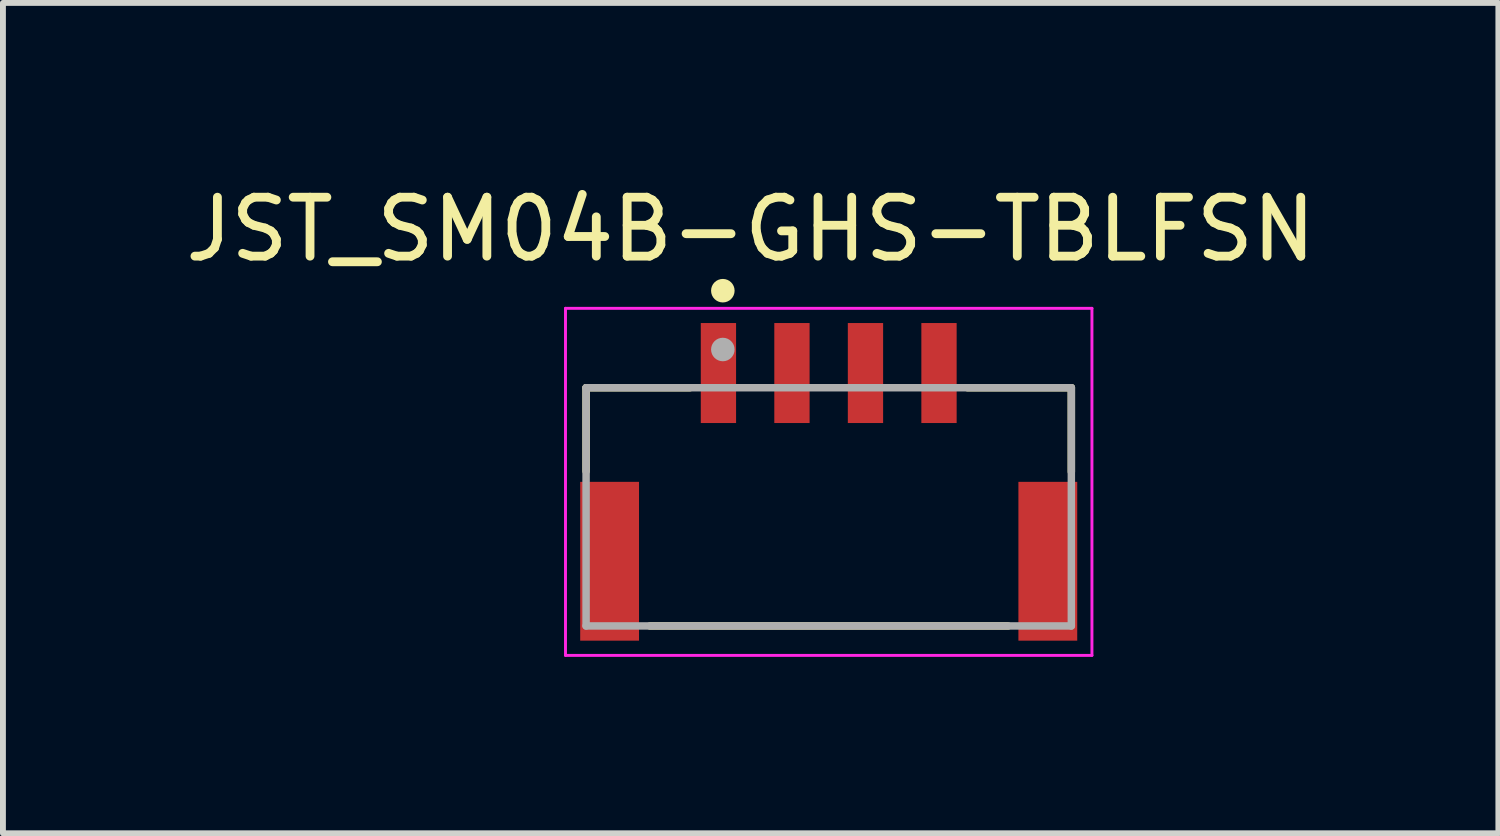
<source format=kicad_pcb>
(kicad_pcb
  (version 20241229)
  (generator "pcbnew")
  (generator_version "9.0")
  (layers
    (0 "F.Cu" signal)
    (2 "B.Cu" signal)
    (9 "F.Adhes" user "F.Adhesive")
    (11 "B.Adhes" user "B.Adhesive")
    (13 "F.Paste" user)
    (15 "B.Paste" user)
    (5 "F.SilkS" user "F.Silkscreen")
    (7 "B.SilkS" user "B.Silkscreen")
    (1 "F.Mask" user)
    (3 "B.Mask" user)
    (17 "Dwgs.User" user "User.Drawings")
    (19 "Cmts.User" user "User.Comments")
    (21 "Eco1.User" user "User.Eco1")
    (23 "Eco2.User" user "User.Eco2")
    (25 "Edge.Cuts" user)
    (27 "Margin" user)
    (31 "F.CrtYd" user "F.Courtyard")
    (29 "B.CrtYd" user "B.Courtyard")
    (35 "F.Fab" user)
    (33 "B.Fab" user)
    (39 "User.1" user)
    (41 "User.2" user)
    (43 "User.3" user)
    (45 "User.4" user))
  (footprint "JST_SM04B-GHS-TBLFSN"
    (layer "F.Cu")
    (at 11.039 5.567)
    (property "Reference" "JST_SM04B-GHS-TBLFSN" (at -1.327 -4.718 0) (layer "F.SilkS") (effects (font (size 1.002 1.002) (thickness 0.15))))
    (attr through_hole)
    (fp_line (start -4.125 -2.025) (end -2.36 -2.025) (stroke (width 0.127) (type solid)) (layer "F.SilkS"))
    (fp_line (start -4.125 -0.605) (end -4.125 -2.025) (stroke (width 0.127) (type solid)) (layer "F.SilkS"))
    (fp_line (start -3.04 2.025) (end 3.05 2.025) (stroke (width 0.127) (type solid)) (layer "F.SilkS"))
    (fp_line (start 4.125 -2.025) (end 2.36 -2.025) (stroke (width 0.127) (type solid)) (layer "F.SilkS"))
    (fp_line (start 4.125 -0.595) (end 4.125 -2.025) (stroke (width 0.127) (type solid)) (layer "F.SilkS"))
    (fp_circle (center -1.8 -3.675) (end -1.7 -3.675) (stroke (width 0.2) (type solid)) (fill no) (layer "F.SilkS"))
    (fp_line (start -4.475 -3.375) (end 4.475 -3.375) (stroke (width 0.05) (type solid)) (layer "F.CrtYd"))
    (fp_line (start -4.475 2.525) (end -4.475 -3.375) (stroke (width 0.05) (type solid)) (layer "F.CrtYd"))
    (fp_line (start 4.475 -3.375) (end 4.475 2.525) (stroke (width 0.05) (type solid)) (layer "F.CrtYd"))
    (fp_line (start 4.475 2.525) (end -4.475 2.525) (stroke (width 0.05) (type solid)) (layer "F.CrtYd"))
    (fp_line (start -4.125 -2.025) (end 4.125 -2.025) (stroke (width 0.127) (type solid)) (layer "F.Fab"))
    (fp_line (start -4.125 2.025) (end -4.125 -2.025) (stroke (width 0.127) (type solid)) (layer "F.Fab"))
    (fp_line (start 4.125 -2.025) (end 4.125 2.025) (stroke (width 0.127) (type solid)) (layer "F.Fab"))
    (fp_line (start 4.125 2.025) (end -4.125 2.025) (stroke (width 0.127) (type solid)) (layer "F.Fab"))
    (fp_circle (center -1.8 -2.675) (end -1.7 -2.675) (stroke (width 0.2) (type solid)) (fill no) (layer "F.Fab"))
    (pad "1" smd rect (at -1.875 -2.275 90) (size 1.7 0.6) (layers "F.Cu" "F.Mask" "F.Paste"))
    (pad "2" smd rect (at -0.625 -2.275 90) (size 1.7 0.6) (layers "F.Cu" "F.Mask" "F.Paste"))
    (pad "3" smd rect (at 0.625 -2.275 90) (size 1.7 0.6) (layers "F.Cu" "F.Mask" "F.Paste"))
    (pad "4" smd rect (at 1.875 -2.275 90) (size 1.7 0.6) (layers "F.Cu" "F.Mask" "F.Paste"))
    (pad "SH1" smd rect (at -3.725 0.925 90) (size 2.7 1) (layers "F.Cu" "F.Mask" "F.Paste"))
    (pad "SH2" smd rect (at 3.725 0.925 90) (size 2.7 1) (layers "F.Cu" "F.Mask" "F.Paste")))
  (gr_rect
    (start -3 -3)
    (end 22.424 11.117)
    (stroke (width 0.1) (type default))
    (fill no)
    (layer "Edge.Cuts")))
</source>
